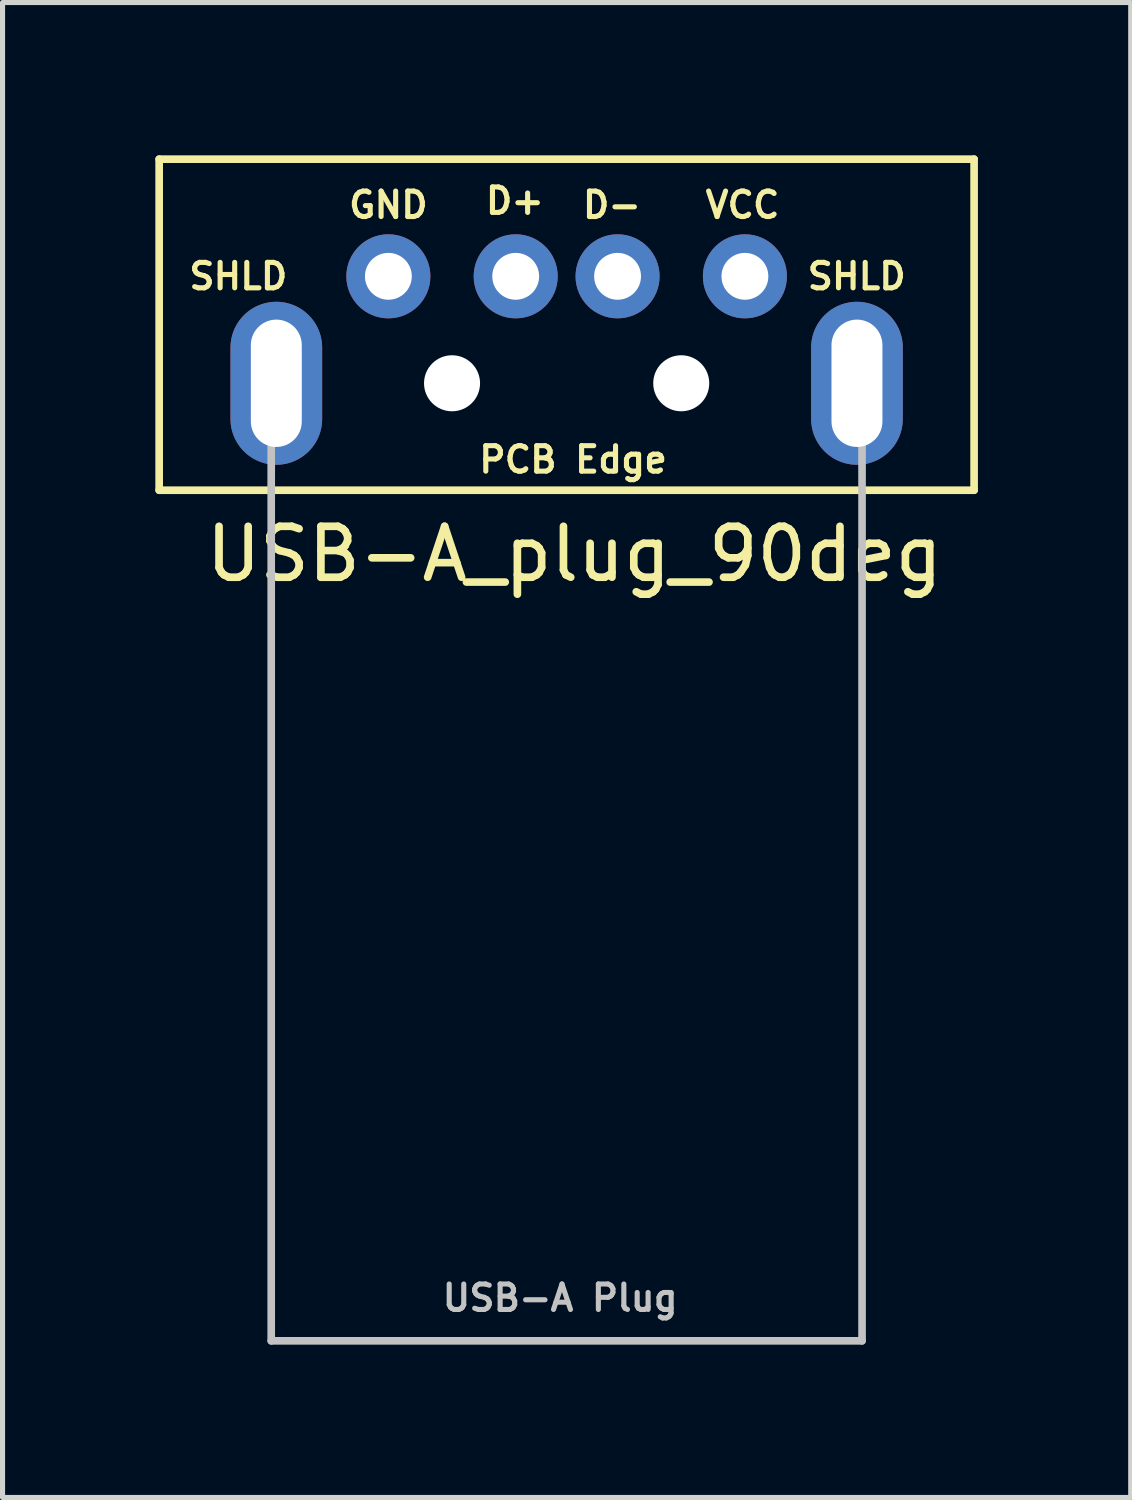
<source format=kicad_pcb>
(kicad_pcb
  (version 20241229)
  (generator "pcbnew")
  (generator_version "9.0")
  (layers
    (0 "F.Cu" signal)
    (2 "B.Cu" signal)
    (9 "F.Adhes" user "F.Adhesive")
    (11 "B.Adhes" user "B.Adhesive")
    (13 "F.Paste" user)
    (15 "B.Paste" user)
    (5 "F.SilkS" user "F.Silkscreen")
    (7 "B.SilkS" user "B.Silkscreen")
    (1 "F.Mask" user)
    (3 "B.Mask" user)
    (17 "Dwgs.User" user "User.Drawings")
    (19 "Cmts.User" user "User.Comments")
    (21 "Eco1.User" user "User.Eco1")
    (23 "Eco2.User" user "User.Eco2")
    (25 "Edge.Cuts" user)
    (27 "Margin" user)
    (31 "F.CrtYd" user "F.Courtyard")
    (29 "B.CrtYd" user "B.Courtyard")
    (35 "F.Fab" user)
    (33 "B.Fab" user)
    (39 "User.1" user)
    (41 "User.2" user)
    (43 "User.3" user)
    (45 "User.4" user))
  (footprint "USB-A_plug_90deg"
    (layer "F.Cu")
    (at 8.075 4.475)
    (property "Reference" "USB-A_plug_90deg" (at 0.152 3.353 0) (layer "F.SilkS") (effects (font (size 1 1) (thickness 0.15))))
    (attr through_hole)
    (fp_line (start -8 -4.4) (end 8 -4.4) (stroke (width 0.15) (type solid)) (layer "F.SilkS"))
    (fp_line (start -8 2.1) (end -8 -4.4) (stroke (width 0.15) (type solid)) (layer "F.SilkS"))
    (fp_line (start 8 2.1) (end -8 2.1) (stroke (width 0.15) (type solid)) (layer "F.SilkS"))
    (fp_line (start 8 2.1) (end 8 -4.4) (stroke (width 0.15) (type solid)) (layer "F.SilkS"))
    (fp_line (start -5.8 0) (end -5.8 18.8) (stroke (width 0.15) (type solid)) (layer "Dwgs.User"))
    (fp_line (start 5.8 0) (end 5.8 18.8) (stroke (width 0.15) (type solid)) (layer "Dwgs.User"))
    (fp_line (start 5.8 18.8) (end -5.8 18.8) (stroke (width 0.15) (type solid)) (layer "Dwgs.User"))
    (fp_text user "D-" (at 0.889 -3.5 0) (layer "F.SilkS") (effects (font (size 0.5 0.5) (thickness 0.1))))
    (fp_text user "SHLD" (at -6.446 -2.1 0) (layer "F.SilkS") (effects (font (size 0.5 0.5) (thickness 0.1))))
    (fp_text user "VCC" (at 3.454 -3.5 0) (layer "F.SilkS") (effects (font (size 0.5 0.5) (thickness 0.1))))
    (fp_text user "GND" (at -3.5 -3.5 0) (layer "F.SilkS") (effects (font (size 0.5 0.5) (thickness 0.1))))
    (fp_text user "SHLD" (at 5.695 -2.1 0) (layer "F.SilkS") (effects (font (size 0.5 0.5) (thickness 0.1))))
    (fp_text user "PCB Edge" (at 0.127 1.499 0) (layer "F.SilkS") (effects (font (size 0.5 0.5) (thickness 0.1))))
    (fp_text user "D+" (at -1.016 -3.581 0) (layer "F.SilkS") (effects (font (size 0.5 0.5) (thickness 0.1))))
    (fp_text user "USB-A Plug" (at -0.127 17.958 0) (layer "Dwgs.User") (effects (font (size 0.5 0.5) (thickness 0.1))))
    (pad "" np_thru_hole circle (at -2.25 0) (size 1.1 1.1) (drill 1.1) (layers "*.Cu" "*.Mask"))
    (pad "" np_thru_hole circle (at 2.25 0) (size 1.1 1.1) (drill 1.1) (layers "*.Cu" "*.Mask"))
    (pad "1" thru_hole circle (at 3.5 -2.1) (size 1.65 1.65) (drill 0.92) (layers "*.Cu" "*.Mask"))
    (pad "2" thru_hole circle (at 1 -2.1) (size 1.65 1.65) (drill 0.92) (layers "*.Cu" "*.Mask"))
    (pad "3" thru_hole circle (at -1 -2.1) (size 1.65 1.65) (drill 0.92) (layers "*.Cu" "*.Mask"))
    (pad "4" thru_hole circle (at -3.5 -2.1) (size 1.65 1.65) (drill 0.92) (layers "*.Cu" "*.Mask"))
    (pad "5" thru_hole oval (at -5.7 0) (size 1.8 3.2) (drill oval 1 2.5) (layers "*.Cu" "*.Mask"))
    (pad "5" thru_hole oval (at 5.7 0) (size 1.8 3.2) (drill oval 1 2.5) (layers "*.Cu" "*.Mask")))
  (gr_rect
    (start -3 -3)
    (end 19.15 26.35)
    (stroke (width 0.1) (type default))
    (fill no)
    (layer "Edge.Cuts")))
</source>
